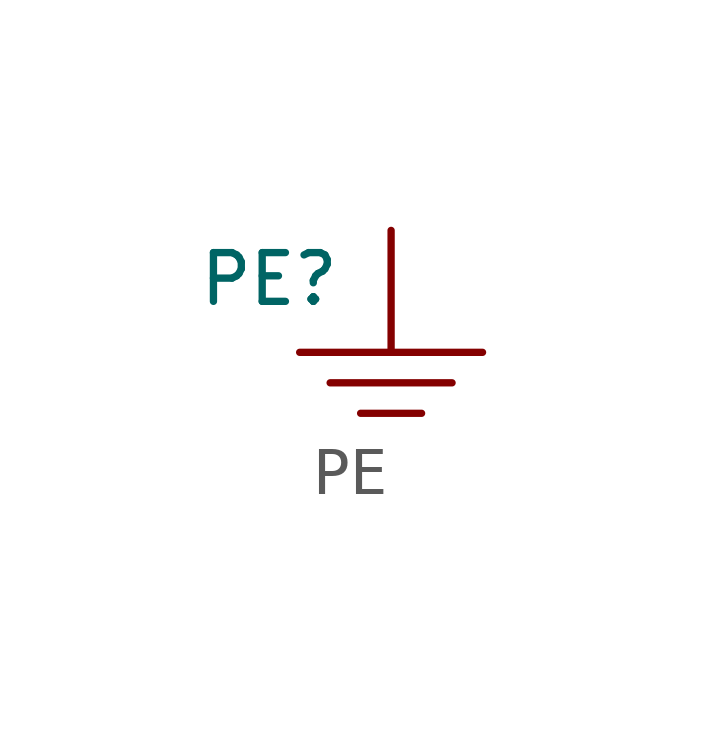
<source format=kicad_sym>
(kicad_symbol_lib
  (version 20241209)
  (generator "kicad_symbol_editor")
  (generator_version "9.0")
  (symbol "PE"
    (pin_numbers
      (hide yes))
    (pin_names
      (hide yes))
    (property "Reference" "PE"
      (at -2.54 1.524 0)
      (effects (font (size 1.016 1.016))))
    (property "Value" ""
      (at 0 0 0)
      (effects (font (size 1.27 1.27))))
    (symbol "PE_0_1"
      (polyline (pts (xy -1.905 0) (xy 1.905 0)) (stroke (width 0) (type default)) (fill (type none)))
      (polyline (pts (xy -0.635 -1.27) (xy 0.635 -1.27)) (stroke (width 0) (type default)) (fill (type none)))
      (polyline (pts (xy 1.27 -0.635) (xy -1.27 -0.635)) (stroke (width 0) (type default)) (fill (type none))))
    (symbol "PE_1_1"
      (pin input line (at 0 2.54 270) (length 2.54) (name "" (effects (font (size 0.762 0.762)))) (number "PE" (effects (font (size 0.508 0.508))))))))
</source>
